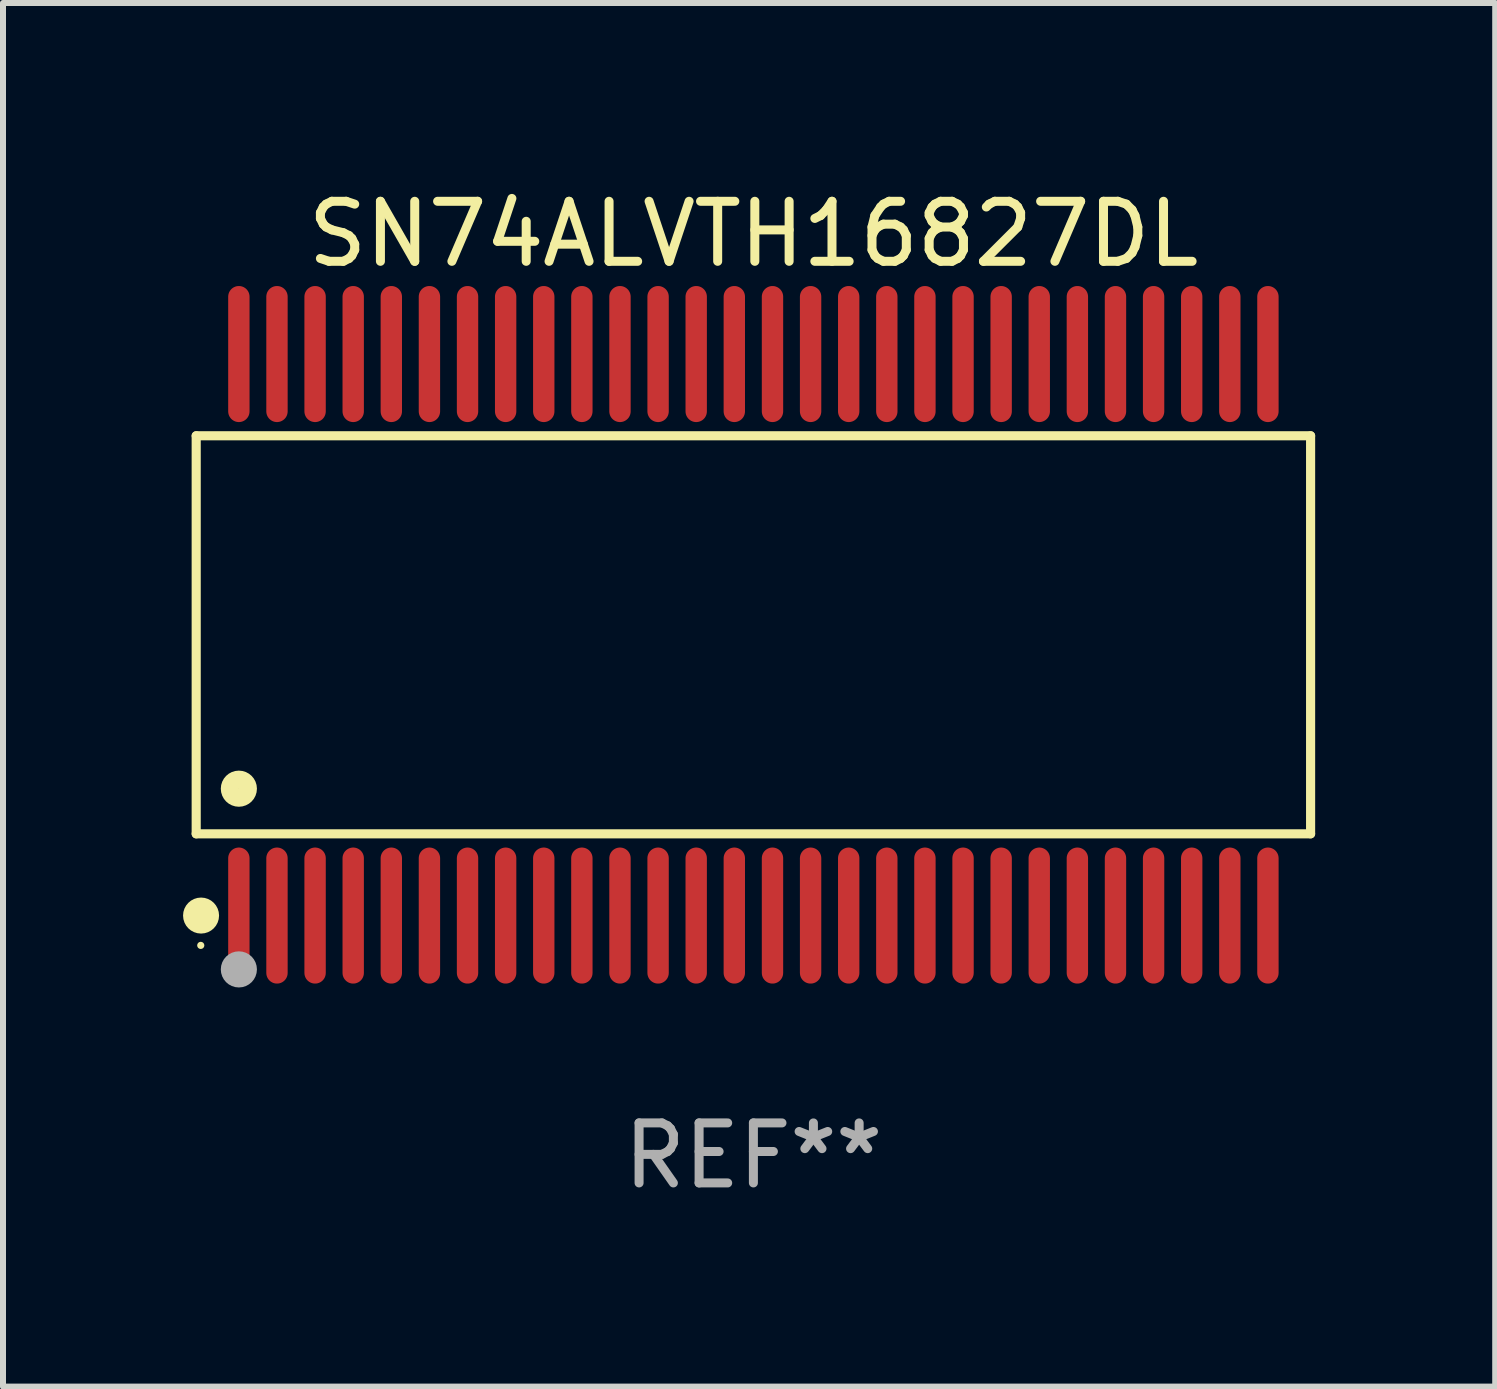
<source format=kicad_pcb>
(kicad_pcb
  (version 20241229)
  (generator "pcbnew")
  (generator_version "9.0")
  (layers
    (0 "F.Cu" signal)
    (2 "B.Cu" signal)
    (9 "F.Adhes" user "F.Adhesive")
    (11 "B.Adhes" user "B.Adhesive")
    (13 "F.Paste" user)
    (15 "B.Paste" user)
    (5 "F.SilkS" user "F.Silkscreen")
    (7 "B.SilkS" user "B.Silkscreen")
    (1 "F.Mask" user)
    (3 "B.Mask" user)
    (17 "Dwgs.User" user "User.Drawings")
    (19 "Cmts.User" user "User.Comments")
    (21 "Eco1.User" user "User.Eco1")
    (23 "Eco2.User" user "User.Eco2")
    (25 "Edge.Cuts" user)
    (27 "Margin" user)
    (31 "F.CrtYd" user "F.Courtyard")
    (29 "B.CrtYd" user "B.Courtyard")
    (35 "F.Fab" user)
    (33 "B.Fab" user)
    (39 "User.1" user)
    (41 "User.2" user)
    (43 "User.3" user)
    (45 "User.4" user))
  (footprint "SN74ALVTH16827DL"
    (layer "F.Cu")
    (at 9.503 7.527)
    (property "Reference" "SN74ALVTH16827DL" (at 0 -6.678 0) (layer "F.SilkS") (effects (font (size 1 1) (thickness 0.15))))
    (attr through_hole)
    (fp_line (start -9.284 -3.316) (end 9.284 -3.316) (stroke (width 0.152) (type solid)) (layer "F.SilkS"))
    (fp_line (start -9.284 3.316) (end -9.284 -3.316) (stroke (width 0.152) (type solid)) (layer "F.SilkS"))
    (fp_line (start 9.284 -3.316) (end 9.284 3.316) (stroke (width 0.152) (type solid)) (layer "F.SilkS"))
    (fp_line (start 9.284 3.316) (end -9.284 3.316) (stroke (width 0.152) (type solid)) (layer "F.SilkS"))
    (fp_circle (center -9.208 5.175) (end -9.178 5.175) (stroke (width 0.06) (type solid)) (fill no) (layer "F.SilkS"))
    (fp_circle (center -9.203 4.678) (end -9.053 4.678) (stroke (width 0.3) (type solid)) (fill no) (layer "F.SilkS"))
    (fp_circle (center -8.573 2.564) (end -8.422 2.564) (stroke (width 0.3) (type solid)) (fill no) (layer "F.SilkS"))
    (fp_circle (center -8.573 5.575) (end -8.422 5.575) (stroke (width 0.3) (type solid)) (fill no) (layer "F.Fab"))
    (fp_text user "REF**" (at 0 8.678 0) (layer "F.Fab") (effects (font (size 1 1) (thickness 0.15))))
    (pad "1" smd oval (at -8.573 4.678) (size 0.356 2.267) (layers "F.Cu" "F.Mask" "F.Paste"))
    (pad "2" smd oval (at -7.938 4.678) (size 0.356 2.267) (layers "F.Cu" "F.Mask" "F.Paste"))
    (pad "3" smd oval (at -7.303 4.678) (size 0.356 2.267) (layers "F.Cu" "F.Mask" "F.Paste"))
    (pad "4" smd oval (at -6.668 4.678) (size 0.356 2.267) (layers "F.Cu" "F.Mask" "F.Paste"))
    (pad "5" smd oval (at -6.033 4.678) (size 0.356 2.267) (layers "F.Cu" "F.Mask" "F.Paste"))
    (pad "6" smd oval (at -5.398 4.678) (size 0.356 2.267) (layers "F.Cu" "F.Mask" "F.Paste"))
    (pad "7" smd oval (at -4.763 4.678) (size 0.356 2.267) (layers "F.Cu" "F.Mask" "F.Paste"))
    (pad "8" smd oval (at -4.128 4.678) (size 0.356 2.267) (layers "F.Cu" "F.Mask" "F.Paste"))
    (pad "9" smd oval (at -3.493 4.678) (size 0.356 2.267) (layers "F.Cu" "F.Mask" "F.Paste"))
    (pad "10" smd oval (at -2.858 4.678) (size 0.356 2.267) (layers "F.Cu" "F.Mask" "F.Paste"))
    (pad "11" smd oval (at -2.223 4.678) (size 0.356 2.267) (layers "F.Cu" "F.Mask" "F.Paste"))
    (pad "12" smd oval (at -1.588 4.678) (size 0.356 2.267) (layers "F.Cu" "F.Mask" "F.Paste"))
    (pad "13" smd oval (at -0.953 4.678) (size 0.356 2.267) (layers "F.Cu" "F.Mask" "F.Paste"))
    (pad "14" smd oval (at -0.318 4.678) (size 0.356 2.267) (layers "F.Cu" "F.Mask" "F.Paste"))
    (pad "15" smd oval (at 0.318 4.678) (size 0.356 2.267) (layers "F.Cu" "F.Mask" "F.Paste"))
    (pad "16" smd oval (at 0.953 4.678) (size 0.356 2.267) (layers "F.Cu" "F.Mask" "F.Paste"))
    (pad "17" smd oval (at 1.588 4.678) (size 0.356 2.267) (layers "F.Cu" "F.Mask" "F.Paste"))
    (pad "18" smd oval (at 2.223 4.678) (size 0.356 2.267) (layers "F.Cu" "F.Mask" "F.Paste"))
    (pad "19" smd oval (at 2.858 4.678) (size 0.356 2.267) (layers "F.Cu" "F.Mask" "F.Paste"))
    (pad "20" smd oval (at 3.493 4.678) (size 0.356 2.267) (layers "F.Cu" "F.Mask" "F.Paste"))
    (pad "21" smd oval (at 4.128 4.678) (size 0.356 2.267) (layers "F.Cu" "F.Mask" "F.Paste"))
    (pad "22" smd oval (at 4.763 4.678) (size 0.356 2.267) (layers "F.Cu" "F.Mask" "F.Paste"))
    (pad "23" smd oval (at 5.398 4.678) (size 0.356 2.267) (layers "F.Cu" "F.Mask" "F.Paste"))
    (pad "24" smd oval (at 6.033 4.678) (size 0.356 2.267) (layers "F.Cu" "F.Mask" "F.Paste"))
    (pad "25" smd oval (at 6.668 4.678) (size 0.356 2.267) (layers "F.Cu" "F.Mask" "F.Paste"))
    (pad "26" smd oval (at 7.303 4.678) (size 0.356 2.267) (layers "F.Cu" "F.Mask" "F.Paste"))
    (pad "27" smd oval (at 7.938 4.678) (size 0.356 2.267) (layers "F.Cu" "F.Mask" "F.Paste"))
    (pad "28" smd oval (at 8.573 4.678) (size 0.356 2.267) (layers "F.Cu" "F.Mask" "F.Paste"))
    (pad "29" smd oval (at 8.573 -4.678) (size 0.356 2.267) (layers "F.Cu" "F.Mask" "F.Paste"))
    (pad "30" smd oval (at 7.938 -4.678) (size 0.356 2.267) (layers "F.Cu" "F.Mask" "F.Paste"))
    (pad "31" smd oval (at 7.303 -4.678) (size 0.356 2.267) (layers "F.Cu" "F.Mask" "F.Paste"))
    (pad "32" smd oval (at 6.668 -4.678) (size 0.356 2.267) (layers "F.Cu" "F.Mask" "F.Paste"))
    (pad "33" smd oval (at 6.033 -4.678) (size 0.356 2.267) (layers "F.Cu" "F.Mask" "F.Paste"))
    (pad "34" smd oval (at 5.398 -4.678) (size 0.356 2.267) (layers "F.Cu" "F.Mask" "F.Paste"))
    (pad "35" smd oval (at 4.763 -4.678) (size 0.356 2.267) (layers "F.Cu" "F.Mask" "F.Paste"))
    (pad "36" smd oval (at 4.128 -4.678) (size 0.356 2.267) (layers "F.Cu" "F.Mask" "F.Paste"))
    (pad "37" smd oval (at 3.493 -4.678) (size 0.356 2.267) (layers "F.Cu" "F.Mask" "F.Paste"))
    (pad "38" smd oval (at 2.858 -4.678) (size 0.356 2.267) (layers "F.Cu" "F.Mask" "F.Paste"))
    (pad "39" smd oval (at 2.223 -4.678) (size 0.356 2.267) (layers "F.Cu" "F.Mask" "F.Paste"))
    (pad "40" smd oval (at 1.588 -4.678) (size 0.356 2.267) (layers "F.Cu" "F.Mask" "F.Paste"))
    (pad "41" smd oval (at 0.953 -4.678) (size 0.356 2.267) (layers "F.Cu" "F.Mask" "F.Paste"))
    (pad "42" smd oval (at 0.318 -4.678) (size 0.356 2.267) (layers "F.Cu" "F.Mask" "F.Paste"))
    (pad "43" smd oval (at -0.318 -4.678) (size 0.356 2.267) (layers "F.Cu" "F.Mask" "F.Paste"))
    (pad "44" smd oval (at -0.953 -4.678) (size 0.356 2.267) (layers "F.Cu" "F.Mask" "F.Paste"))
    (pad "45" smd oval (at -1.588 -4.678) (size 0.356 2.267) (layers "F.Cu" "F.Mask" "F.Paste"))
    (pad "46" smd oval (at -2.223 -4.678) (size 0.356 2.267) (layers "F.Cu" "F.Mask" "F.Paste"))
    (pad "47" smd oval (at -2.858 -4.678) (size 0.356 2.267) (layers "F.Cu" "F.Mask" "F.Paste"))
    (pad "48" smd oval (at -3.493 -4.678) (size 0.356 2.267) (layers "F.Cu" "F.Mask" "F.Paste"))
    (pad "49" smd oval (at -4.128 -4.678) (size 0.356 2.267) (layers "F.Cu" "F.Mask" "F.Paste"))
    (pad "50" smd oval (at -4.763 -4.678) (size 0.356 2.267) (layers "F.Cu" "F.Mask" "F.Paste"))
    (pad "51" smd oval (at -5.398 -4.678) (size 0.356 2.267) (layers "F.Cu" "F.Mask" "F.Paste"))
    (pad "52" smd oval (at -6.033 -4.678) (size 0.356 2.267) (layers "F.Cu" "F.Mask" "F.Paste"))
    (pad "53" smd oval (at -6.668 -4.678) (size 0.356 2.267) (layers "F.Cu" "F.Mask" "F.Paste"))
    (pad "54" smd oval (at -7.303 -4.678) (size 0.356 2.267) (layers "F.Cu" "F.Mask" "F.Paste"))
    (pad "55" smd oval (at -7.938 -4.678) (size 0.356 2.267) (layers "F.Cu" "F.Mask" "F.Paste"))
    (pad "56" smd oval (at -8.573 -4.678) (size 0.356 2.267) (layers "F.Cu" "F.Mask" "F.Paste")))
  (gr_rect
    (start -3 -3)
    (end 21.863 20.053)
    (stroke (width 0.1) (type default))
    (fill no)
    (layer "Edge.Cuts")))
</source>
